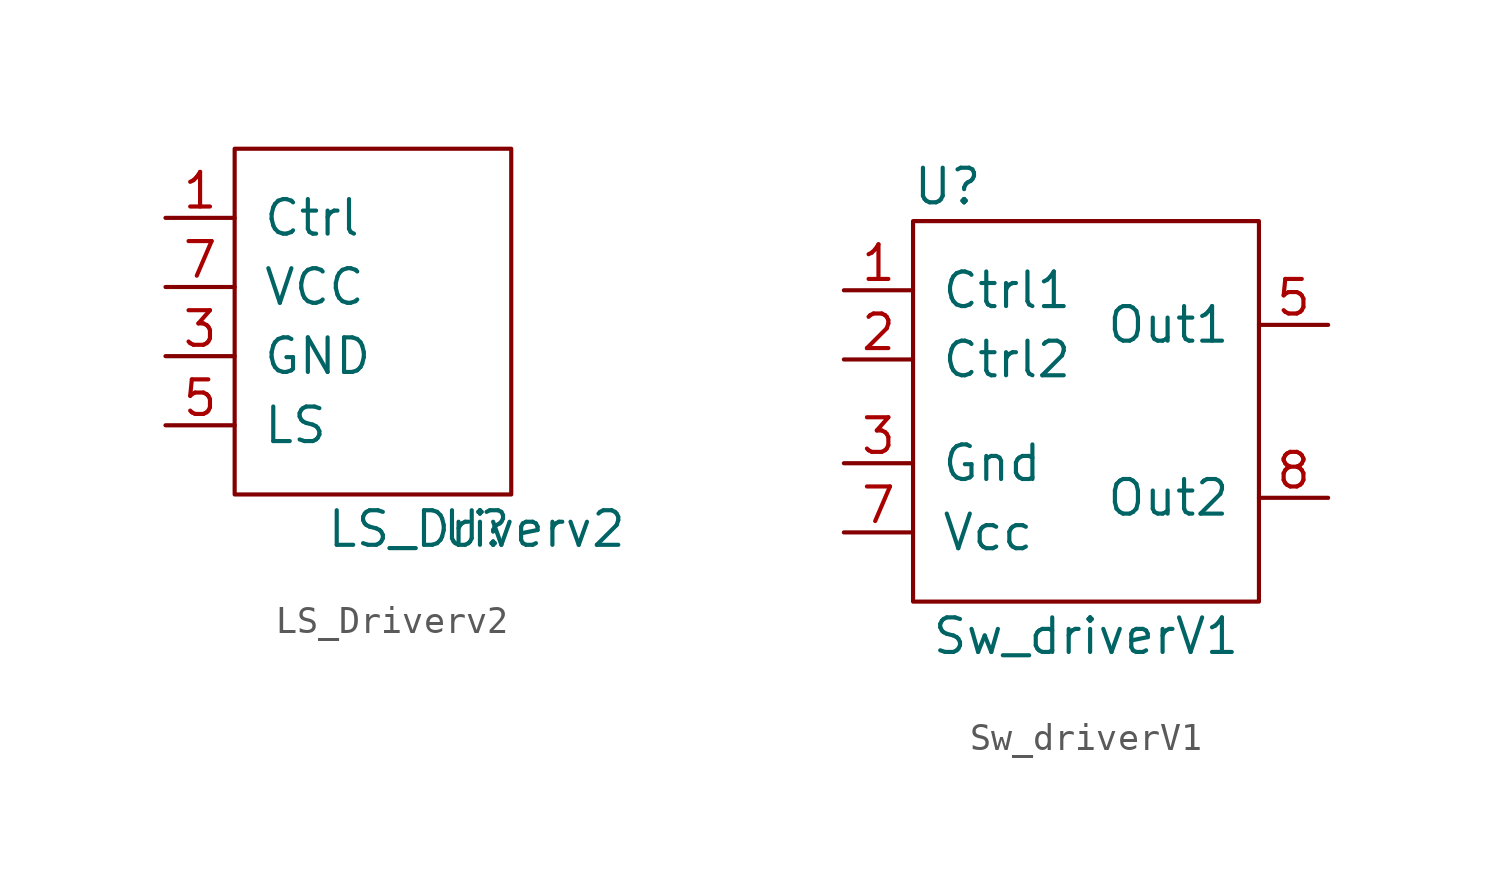
<source format=kicad_sym>
(kicad_symbol_lib
  (version 20220914)
  (generator kicad_symbol_editor)
  (symbol "LS_Driverv2"
    (pin_names
      (offset 1.016))
    (property "Reference" "U"
      (at 3.81 -6.35 0)
      (effects (font (size 1.27 1.27))))
    (property "Value" "LS_Driverv2"
      (at 3.81 -6.35 0)
      (effects (font (size 1.27 1.27))))
    (symbol "LS_Driverv2_0_1"
      (rectangle (start -5.08 7.62) (end 5.08 -5.08) (stroke (width 0) (type solid)) (fill (type none))))
    (symbol "LS_Driverv2_1_1"
      (pin input line (at -7.62 5.08 0) (length 2.54) (name "Ctrl" (effects (font (size 1.27 1.27)))) (number "1" (effects (font (size 1.27 1.27)))))
      (pin power_in line (at -7.62 0 0) (length 2.54) (name "GND" (effects (font (size 1.27 1.27)))) (number "3" (effects (font (size 1.27 1.27)))))
      (pin power_in line (at -7.62 0 0) (length 2.54) hide (name "GND" (effects (font (size 1.27 1.27)))) (number "4" (effects (font (size 1.27 1.27)))))
      (pin power_out line (at -7.62 -2.54 0) (length 2.54) (name "LS" (effects (font (size 1.27 1.27)))) (number "5" (effects (font (size 1.27 1.27)))))
      (pin power_out line (at -7.62 -2.54 0) (length 2.54) hide (name "LS" (effects (font (size 1.27 1.27)))) (number "6" (effects (font (size 1.27 1.27)))))
      (pin power_in line (at -7.62 2.54 0) (length 2.54) (name "VCC" (effects (font (size 1.27 1.27)))) (number "7" (effects (font (size 1.27 1.27)))))))
  (symbol "Sw_driverV1"
    (pin_names
      (offset 1.016))
    (property "Reference" "U"
      (at -5.08 8.89 0)
      (effects (font (size 1.27 1.27))))
    (property "Value" "Sw_driverV1"
      (at 0 -7.62 0)
      (effects (font (size 1.27 1.27))))
    (symbol "Sw_driverV1_0_1"
      (rectangle (start -6.35 7.62) (end 6.35 -6.35) (stroke (width 0) (type solid)) (fill (type none))))
    (symbol "Sw_driverV1_1_1"
      (pin input line (at -8.89 5.08 0) (length 2.54) (name "Ctrl1" (effects (font (size 1.27 1.27)))) (number "1" (effects (font (size 1.27 1.27)))))
      (pin input line (at -8.89 2.54 0) (length 2.54) (name "Ctrl2" (effects (font (size 1.27 1.27)))) (number "2" (effects (font (size 1.27 1.27)))))
      (pin input line (at -8.89 -1.27 0) (length 2.54) (name "Gnd" (effects (font (size 1.27 1.27)))) (number "3" (effects (font (size 1.27 1.27)))))
      (pin input line (at -8.89 -1.27 0) (length 2.54) hide (name "Gnd" (effects (font (size 1.27 1.27)))) (number "4" (effects (font (size 1.27 1.27)))))
      (pin output line (at 8.89 3.81 180) (length 2.54) (name "Out1" (effects (font (size 1.27 1.27)))) (number "5" (effects (font (size 1.27 1.27)))))
      (pin output line (at 8.89 3.81 180) (length 2.54) hide (name "Out1" (effects (font (size 1.27 1.27)))) (number "6" (effects (font (size 1.27 1.27)))))
      (pin input line (at -8.89 -3.81 0) (length 2.54) (name "Vcc" (effects (font (size 1.27 1.27)))) (number "7" (effects (font (size 1.27 1.27)))))
      (pin output line (at 8.89 -2.54 180) (length 2.54) (name "Out2" (effects (font (size 1.27 1.27)))) (number "8" (effects (font (size 1.27 1.27))))))))
</source>
